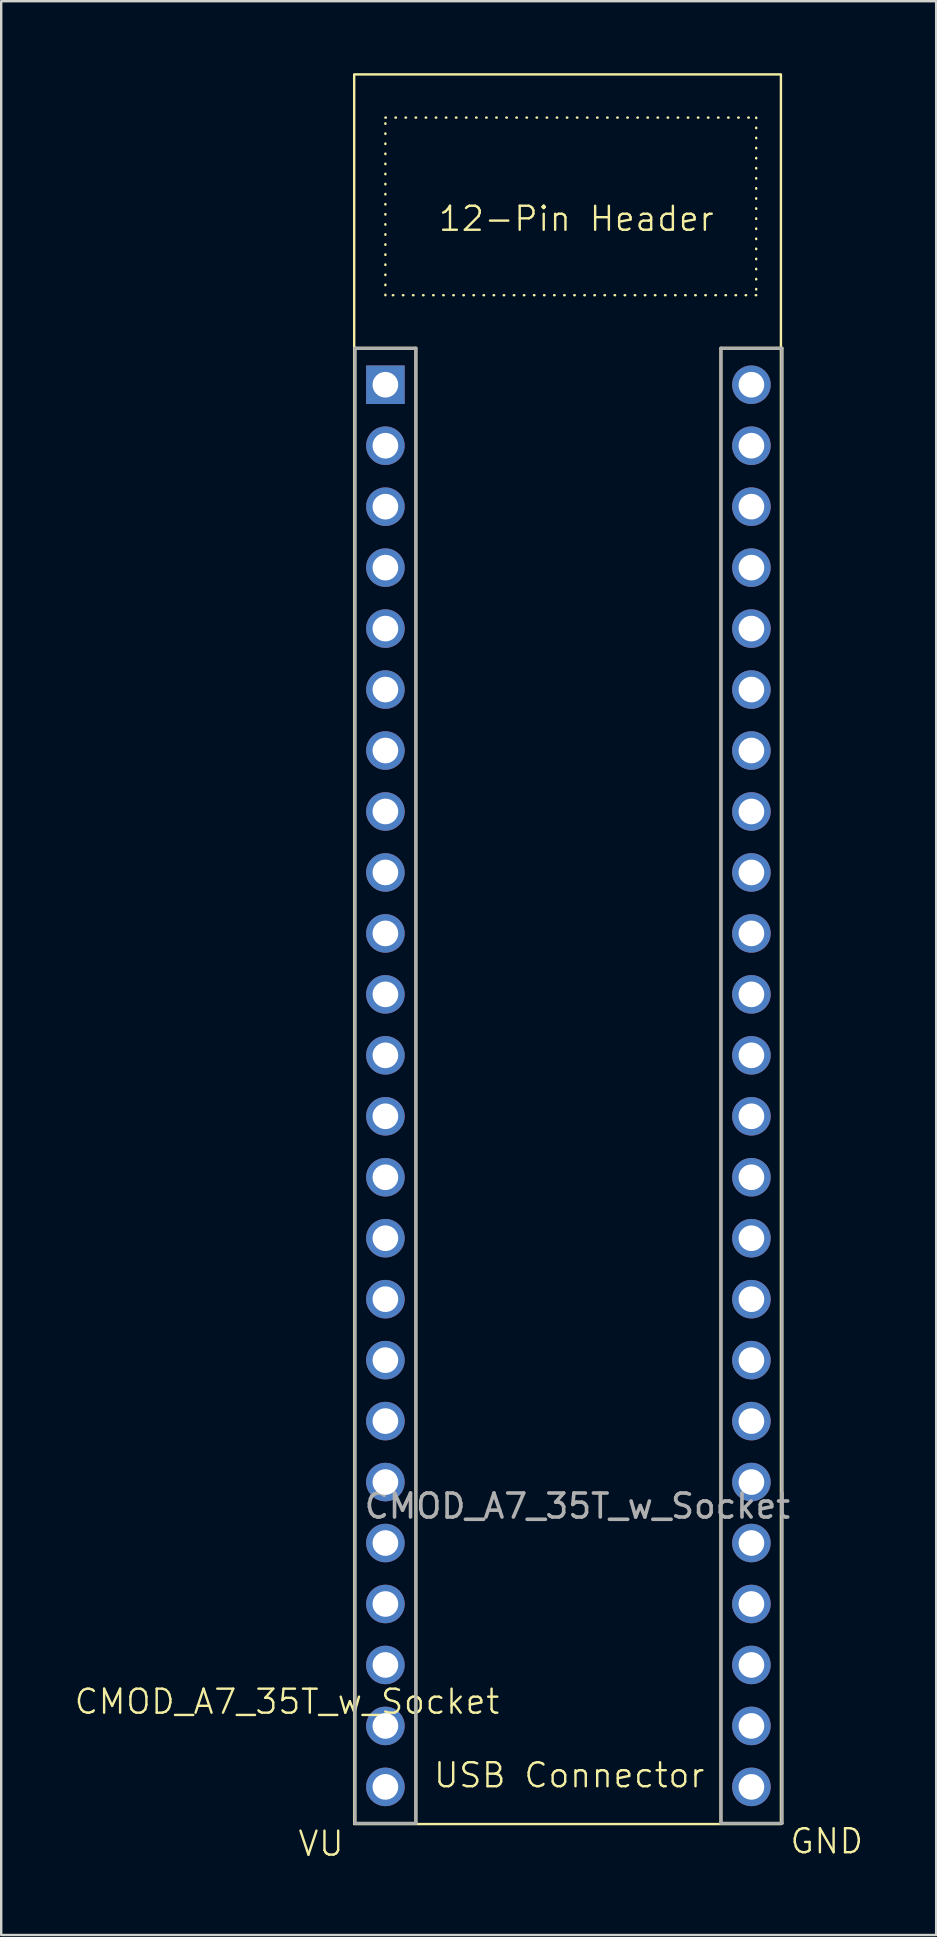
<source format=kicad_pcb>
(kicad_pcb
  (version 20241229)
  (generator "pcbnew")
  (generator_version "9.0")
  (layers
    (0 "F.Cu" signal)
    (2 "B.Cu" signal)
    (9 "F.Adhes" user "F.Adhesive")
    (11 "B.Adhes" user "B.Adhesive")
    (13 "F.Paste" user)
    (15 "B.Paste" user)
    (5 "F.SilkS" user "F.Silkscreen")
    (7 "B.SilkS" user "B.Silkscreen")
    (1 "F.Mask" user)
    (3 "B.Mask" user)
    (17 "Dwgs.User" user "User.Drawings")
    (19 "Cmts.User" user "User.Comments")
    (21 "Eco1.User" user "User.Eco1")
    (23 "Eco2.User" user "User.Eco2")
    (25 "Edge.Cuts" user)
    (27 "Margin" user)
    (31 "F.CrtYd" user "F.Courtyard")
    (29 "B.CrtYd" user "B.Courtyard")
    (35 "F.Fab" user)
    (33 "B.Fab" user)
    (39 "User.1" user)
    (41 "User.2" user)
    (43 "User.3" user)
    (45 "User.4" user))
  (footprint "CMOD_A7_35T_w_Socket"
    (layer "F.Cu")
    (at 13.007 71.4)
    (property "Reference" "CMOD_A7_35T_w_Socket" (at -4.1 -3.55 0) (unlocked yes) (layer "F.SilkS") (effects (font (size 1 1) (thickness 0.1))))
    (attr through_hole)
    (fp_line (start -1.27 -59.94) (end -1.27 1.52) (stroke (width 0.127) (type solid)) (layer "F.SilkS"))
    (fp_line (start -1.27 1.52) (end 1.27 1.52) (stroke (width 0.127) (type solid)) (layer "F.SilkS"))
    (fp_line (start 1.27 -59.94) (end -1.27 -59.94) (stroke (width 0.127) (type solid)) (layer "F.SilkS"))
    (fp_line (start 1.27 1.52) (end 1.27 -59.94) (stroke (width 0.127) (type solid)) (layer "F.SilkS"))
    (fp_line (start 13.98 -59.94) (end 13.98 1.52) (stroke (width 0.127) (type solid)) (layer "F.SilkS"))
    (fp_line (start 13.98 1.52) (end 16.52 1.52) (stroke (width 0.127) (type solid)) (layer "F.SilkS"))
    (fp_line (start 16.52 -59.94) (end 13.98 -59.94) (stroke (width 0.127) (type solid)) (layer "F.SilkS"))
    (fp_line (start 16.52 1.52) (end 16.52 -59.94) (stroke (width 0.127) (type solid)) (layer "F.SilkS"))
    (fp_rect (start -1.3 -71.35) (end 16.48 1.55) (stroke (width 0.1) (type default)) (fill no) (layer "F.SilkS"))
    (fp_rect (start 0 -69.55) (end 15.45 -62.15) (stroke (width 0.1) (type dot)) (fill no) (layer "F.SilkS"))
    (fp_line (start -1.27 -59.94) (end -1.27 1.52) (stroke (width 0.127) (type solid)) (layer "F.Fab"))
    (fp_line (start -1.27 1.52) (end 1.27 1.52) (stroke (width 0.127) (type solid)) (layer "F.Fab"))
    (fp_line (start 1.27 -59.94) (end -1.27 -59.94) (stroke (width 0.127) (type solid)) (layer "F.Fab"))
    (fp_line (start 1.27 1.52) (end 1.27 -59.94) (stroke (width 0.127) (type solid)) (layer "F.Fab"))
    (fp_line (start 13.98 -59.94) (end 13.98 1.52) (stroke (width 0.127) (type solid)) (layer "F.Fab"))
    (fp_line (start 13.98 1.52) (end 16.52 1.52) (stroke (width 0.127) (type solid)) (layer "F.Fab"))
    (fp_line (start 16.52 -59.94) (end 13.98 -59.94) (stroke (width 0.127) (type solid)) (layer "F.Fab"))
    (fp_line (start 16.52 1.52) (end 16.52 -59.94) (stroke (width 0.127) (type solid)) (layer "F.Fab"))
    (fp_text user "12-Pin Header" (at 2.15 -64.75 0) (unlocked yes) (layer "F.SilkS") (effects (font (size 1 1) (thickness 0.1)) (justify left bottom)))
    (fp_text user "USB Connector" (at 1.95 0.1 0) (unlocked yes) (layer "F.SilkS") (effects (font (size 1 1) (thickness 0.1)) (justify left bottom)))
    (fp_text user "GND" (at 16.8 2.85 0) (unlocked yes) (layer "F.SilkS") (effects (font (size 1 1) (thickness 0.1)) (justify left bottom)))
    (fp_text user "VU" (at -3.7 2.95 0) (unlocked yes) (layer "F.SilkS") (effects (font (size 1 1) (thickness 0.1)) (justify left bottom)))
    (fp_text user "${REFERENCE}" (at 8 -11.7 0) (unlocked yes) (layer "F.Fab") (effects (font (size 1 1) (thickness 0.15))))
    (pad "1" thru_hole rect (at 0 -58.42 270) (size 1.605 1.605) (drill 1.07) (layers "*.Cu" "*.Mask"))
    (pad "2" thru_hole circle (at 0 -55.88 270) (size 1.605 1.605) (drill 1.07) (layers "*.Cu" "*.Mask"))
    (pad "3" thru_hole circle (at 0 -53.34 270) (size 1.605 1.605) (drill 1.07) (layers "*.Cu" "*.Mask"))
    (pad "4" thru_hole circle (at 0 -50.8 270) (size 1.605 1.605) (drill 1.07) (layers "*.Cu" "*.Mask"))
    (pad "5" thru_hole circle (at 0 -48.26 270) (size 1.605 1.605) (drill 1.07) (layers "*.Cu" "*.Mask"))
    (pad "6" thru_hole circle (at 0 -45.72 270) (size 1.605 1.605) (drill 1.07) (layers "*.Cu" "*.Mask"))
    (pad "7" thru_hole circle (at 0 -43.18 270) (size 1.605 1.605) (drill 1.07) (layers "*.Cu" "*.Mask"))
    (pad "8" thru_hole circle (at 0 -40.64 270) (size 1.605 1.605) (drill 1.07) (layers "*.Cu" "*.Mask"))
    (pad "9" thru_hole circle (at 0 -38.1 270) (size 1.605 1.605) (drill 1.07) (layers "*.Cu" "*.Mask"))
    (pad "10" thru_hole circle (at 0 -35.56 270) (size 1.605 1.605) (drill 1.07) (layers "*.Cu" "*.Mask"))
    (pad "11" thru_hole circle (at 0 -33.02 270) (size 1.605 1.605) (drill 1.07) (layers "*.Cu" "*.Mask"))
    (pad "12" thru_hole circle (at 0 -30.48 270) (size 1.605 1.605) (drill 1.07) (layers "*.Cu" "*.Mask"))
    (pad "13" thru_hole circle (at 0 -27.94 270) (size 1.605 1.605) (drill 1.07) (layers "*.Cu" "*.Mask"))
    (pad "14" thru_hole circle (at 0 -25.4 270) (size 1.605 1.605) (drill 1.07) (layers "*.Cu" "*.Mask"))
    (pad "15" thru_hole circle (at 0 -22.86 270) (size 1.605 1.605) (drill 1.07) (layers "*.Cu" "*.Mask"))
    (pad "16" thru_hole circle (at 0 -20.32 270) (size 1.605 1.605) (drill 1.07) (layers "*.Cu" "*.Mask"))
    (pad "17" thru_hole circle (at 0 -17.78 270) (size 1.605 1.605) (drill 1.07) (layers "*.Cu" "*.Mask"))
    (pad "18" thru_hole circle (at 0 -15.24 270) (size 1.605 1.605) (drill 1.07) (layers "*.Cu" "*.Mask"))
    (pad "19" thru_hole circle (at 0 -12.7 270) (size 1.605 1.605) (drill 1.07) (layers "*.Cu" "*.Mask"))
    (pad "20" thru_hole circle (at 0 -10.16 270) (size 1.605 1.605) (drill 1.07) (layers "*.Cu" "*.Mask"))
    (pad "21" thru_hole circle (at 0 -7.62 270) (size 1.605 1.605) (drill 1.07) (layers "*.Cu" "*.Mask"))
    (pad "22" thru_hole circle (at 0 -5.08 270) (size 1.605 1.605) (drill 1.07) (layers "*.Cu" "*.Mask"))
    (pad "23" thru_hole circle (at 0 -2.54 270) (size 1.605 1.605) (drill 1.07) (layers "*.Cu" "*.Mask"))
    (pad "24" thru_hole circle (at 0 0 270) (size 1.605 1.605) (drill 1.07) (layers "*.Cu" "*.Mask"))
    (pad "25" thru_hole circle (at 15.25 0 270) (size 1.605 1.605) (drill 1.07) (layers "*.Cu" "*.Mask"))
    (pad "26" thru_hole circle (at 15.25 -2.54 270) (size 1.605 1.605) (drill 1.07) (layers "*.Cu" "*.Mask"))
    (pad "27" thru_hole circle (at 15.25 -5.08 270) (size 1.605 1.605) (drill 1.07) (layers "*.Cu" "*.Mask"))
    (pad "28" thru_hole circle (at 15.25 -7.62 270) (size 1.605 1.605) (drill 1.07) (layers "*.Cu" "*.Mask"))
    (pad "29" thru_hole circle (at 15.25 -10.16 270) (size 1.605 1.605) (drill 1.07) (layers "*.Cu" "*.Mask"))
    (pad "30" thru_hole circle (at 15.25 -12.7 270) (size 1.605 1.605) (drill 1.07) (layers "*.Cu" "*.Mask"))
    (pad "31" thru_hole circle (at 15.25 -15.24 270) (size 1.605 1.605) (drill 1.07) (layers "*.Cu" "*.Mask"))
    (pad "32" thru_hole circle (at 15.25 -17.78 270) (size 1.605 1.605) (drill 1.07) (layers "*.Cu" "*.Mask"))
    (pad "33" thru_hole circle (at 15.25 -20.32 270) (size 1.605 1.605) (drill 1.07) (layers "*.Cu" "*.Mask"))
    (pad "34" thru_hole circle (at 15.25 -22.86 270) (size 1.605 1.605) (drill 1.07) (layers "*.Cu" "*.Mask"))
    (pad "35" thru_hole circle (at 15.25 -25.4 270) (size 1.605 1.605) (drill 1.07) (layers "*.Cu" "*.Mask"))
    (pad "36" thru_hole circle (at 15.25 -27.94 270) (size 1.605 1.605) (drill 1.07) (layers "*.Cu" "*.Mask"))
    (pad "37" thru_hole circle (at 15.25 -30.48 270) (size 1.605 1.605) (drill 1.07) (layers "*.Cu" "*.Mask"))
    (pad "38" thru_hole circle (at 15.25 -33.02 270) (size 1.605 1.605) (drill 1.07) (layers "*.Cu" "*.Mask"))
    (pad "39" thru_hole circle (at 15.25 -35.56 270) (size 1.605 1.605) (drill 1.07) (layers "*.Cu" "*.Mask"))
    (pad "40" thru_hole circle (at 15.25 -38.1 270) (size 1.605 1.605) (drill 1.07) (layers "*.Cu" "*.Mask"))
    (pad "41" thru_hole circle (at 15.25 -40.64 270) (size 1.605 1.605) (drill 1.07) (layers "*.Cu" "*.Mask"))
    (pad "42" thru_hole circle (at 15.25 -43.18 270) (size 1.605 1.605) (drill 1.07) (layers "*.Cu" "*.Mask"))
    (pad "43" thru_hole circle (at 15.25 -45.72 270) (size 1.605 1.605) (drill 1.07) (layers "*.Cu" "*.Mask"))
    (pad "44" thru_hole circle (at 15.25 -48.26 270) (size 1.605 1.605) (drill 1.07) (layers "*.Cu" "*.Mask"))
    (pad "45" thru_hole circle (at 15.25 -50.8 270) (size 1.605 1.605) (drill 1.07) (layers "*.Cu" "*.Mask"))
    (pad "46" thru_hole circle (at 15.25 -53.34 270) (size 1.605 1.605) (drill 1.07) (layers "*.Cu" "*.Mask"))
    (pad "47" thru_hole circle (at 15.25 -55.88 270) (size 1.605 1.605) (drill 1.07) (layers "*.Cu" "*.Mask"))
    (pad "48" thru_hole circle (at 15.25 -58.42 270) (size 1.605 1.605) (drill 1.07) (layers "*.Cu" "*.Mask")))
  (gr_rect
    (start -3 -3)
    (end 35.955 77.571)
    (stroke (width 0.1) (type default))
    (fill no)
    (layer "Edge.Cuts")))
</source>
